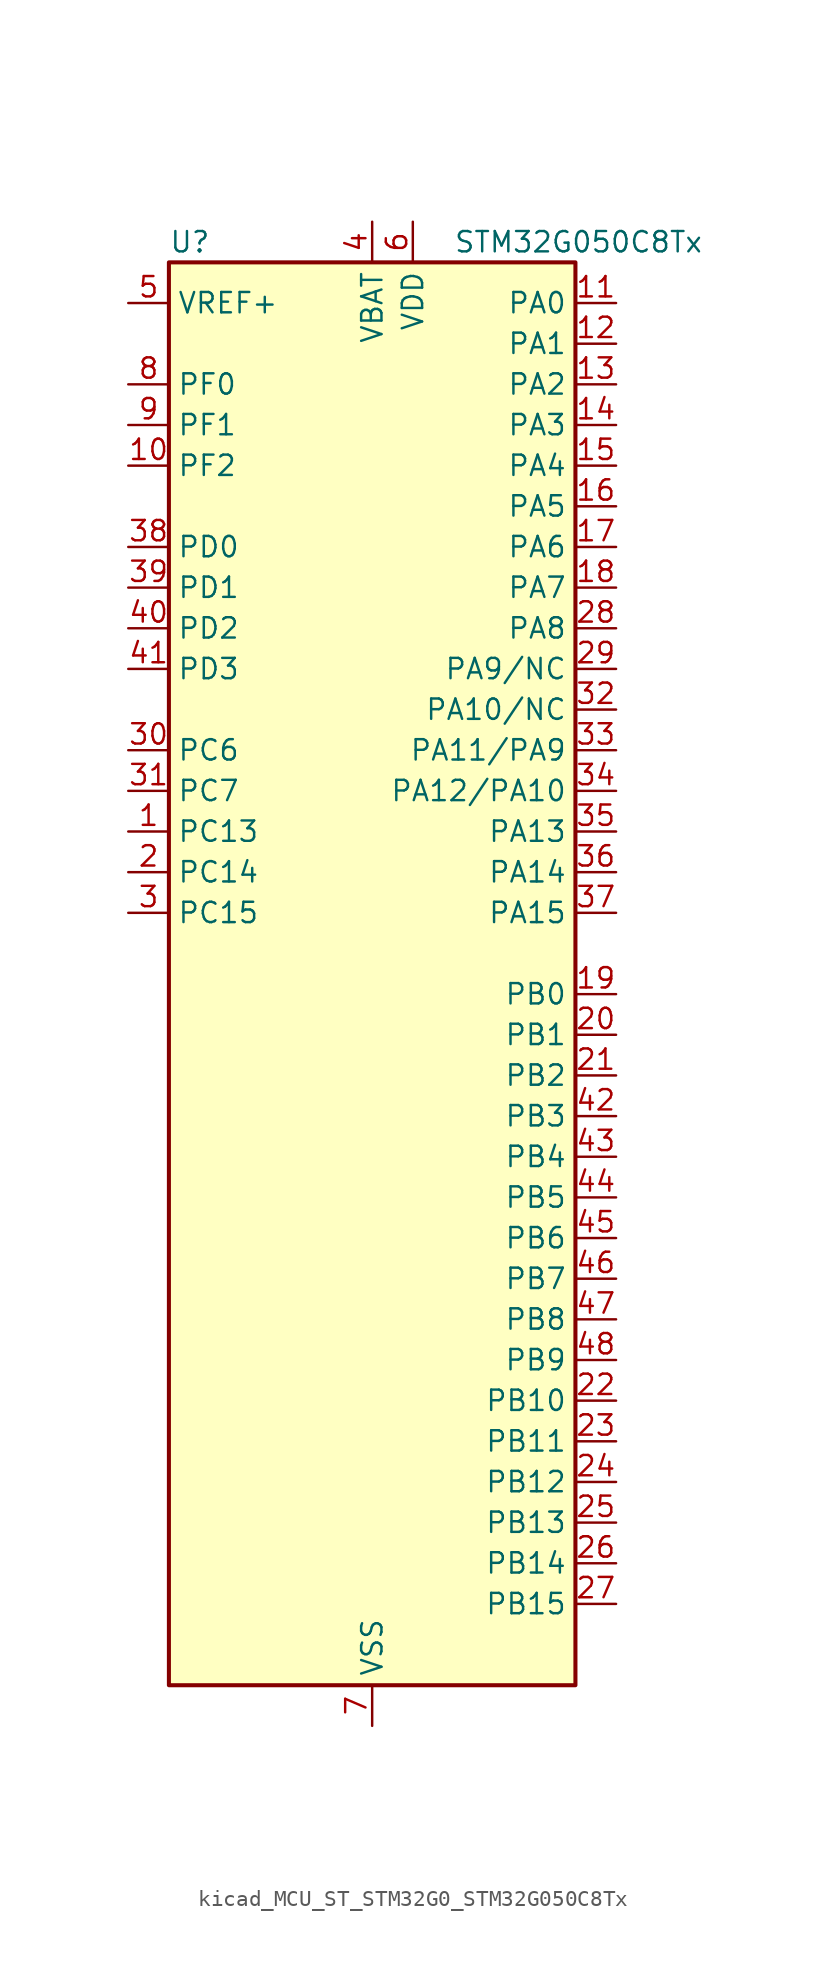
<source format=kicad_sym>
(kicad_symbol_lib
  (version 20220914)
  (generator kicad_symbol_editor)
  (symbol "kicad_MCU_ST_STM32G0_STM32G050C8Tx"
    (property "Reference" "U"
      (at -12.7 46.99 0)
      (effects (font (size 1.27 1.27)) (justify left)))
    (property "Value" "STM32G050C8Tx"
      (at 5.08 46.99 0)
      (effects (font (size 1.27 1.27)) (justify left)))
    (property "ki_locked" ""
      (at 0 0 0)
      (effects (font (size 1.27 1.27))))
    (symbol "kicad_MCU_ST_STM32G0_STM32G050C8Tx_0_1"
      (rectangle (start -12.7 -43.18) (end 12.7 45.72) (stroke (width 0.254) (type default)) (fill (type background))))
    (symbol "kicad_MCU_ST_STM32G0_STM32G050C8Tx_1_1"
      (pin bidirectional line (at -15.24 10.16 0) (length 2.54) (name "PC13" (effects (font (size 1.27 1.27)))) (number "1" (effects (font (size 1.27 1.27)))) (alternate "RTC_OUT1" bidirectional line) (alternate "RTC_TAMP_IN1" bidirectional line) (alternate "RTC_TS" bidirectional line) (alternate "SYS_WKUP2" bidirectional line) (alternate "TIM1_BK" bidirectional line))
      (pin bidirectional line (at -15.24 33.02 0) (length 2.54) (name "PF2" (effects (font (size 1.27 1.27)))) (number "10" (effects (font (size 1.27 1.27)))) (alternate "RCC_MCO" bidirectional line))
      (pin bidirectional line (at 15.24 43.18 180) (length 2.54) (name "PA0" (effects (font (size 1.27 1.27)))) (number "11" (effects (font (size 1.27 1.27)))) (alternate "ADC1_IN0" bidirectional line) (alternate "RTC_TAMP_IN2" bidirectional line) (alternate "SPI2_SCK" bidirectional line) (alternate "SYS_WKUP1" bidirectional line) (alternate "USART2_CTS" bidirectional line) (alternate "USART2_NSS" bidirectional line))
      (pin bidirectional line (at 15.24 40.64 180) (length 2.54) (name "PA1" (effects (font (size 1.27 1.27)))) (number "12" (effects (font (size 1.27 1.27)))) (alternate "ADC1_IN1" bidirectional line) (alternate "I2C1_SMBA" bidirectional line) (alternate "I2S1_CK" bidirectional line) (alternate "SPI1_SCK" bidirectional line) (alternate "TIM15_CH1N" bidirectional line) (alternate "USART2_CK" bidirectional line) (alternate "USART2_DE" bidirectional line) (alternate "USART2_RTS" bidirectional line))
      (pin bidirectional line (at 15.24 38.1 180) (length 2.54) (name "PA2" (effects (font (size 1.27 1.27)))) (number "13" (effects (font (size 1.27 1.27)))) (alternate "ADC1_IN2" bidirectional line) (alternate "I2S1_SD" bidirectional line) (alternate "RCC_LSCO" bidirectional line) (alternate "SPI1_MOSI" bidirectional line) (alternate "SYS_WKUP4" bidirectional line) (alternate "TIM15_CH1" bidirectional line) (alternate "USART2_TX" bidirectional line))
      (pin bidirectional line (at 15.24 35.56 180) (length 2.54) (name "PA3" (effects (font (size 1.27 1.27)))) (number "14" (effects (font (size 1.27 1.27)))) (alternate "ADC1_IN3" bidirectional line) (alternate "SPI2_MISO" bidirectional line) (alternate "TIM15_CH2" bidirectional line) (alternate "USART2_RX" bidirectional line))
      (pin bidirectional line (at 15.24 33.02 180) (length 2.54) (name "PA4" (effects (font (size 1.27 1.27)))) (number "15" (effects (font (size 1.27 1.27)))) (alternate "ADC1_IN4" bidirectional line) (alternate "I2S1_WS" bidirectional line) (alternate "RTC_OUT2" bidirectional line) (alternate "SPI1_NSS" bidirectional line) (alternate "SPI2_MOSI" bidirectional line) (alternate "TIM14_CH1" bidirectional line))
      (pin bidirectional line (at 15.24 30.48 180) (length 2.54) (name "PA5" (effects (font (size 1.27 1.27)))) (number "16" (effects (font (size 1.27 1.27)))) (alternate "ADC1_IN5" bidirectional line) (alternate "I2S1_CK" bidirectional line) (alternate "SPI1_SCK" bidirectional line))
      (pin bidirectional line (at 15.24 27.94 180) (length 2.54) (name "PA6" (effects (font (size 1.27 1.27)))) (number "17" (effects (font (size 1.27 1.27)))) (alternate "ADC1_IN6" bidirectional line) (alternate "I2S1_MCK" bidirectional line) (alternate "SPI1_MISO" bidirectional line) (alternate "TIM16_CH1" bidirectional line) (alternate "TIM1_BK" bidirectional line) (alternate "TIM3_CH1" bidirectional line))
      (pin bidirectional line (at 15.24 25.4 180) (length 2.54) (name "PA7" (effects (font (size 1.27 1.27)))) (number "18" (effects (font (size 1.27 1.27)))) (alternate "ADC1_IN7" bidirectional line) (alternate "I2S1_SD" bidirectional line) (alternate "SPI1_MOSI" bidirectional line) (alternate "TIM14_CH1" bidirectional line) (alternate "TIM17_CH1" bidirectional line) (alternate "TIM1_CH1N" bidirectional line) (alternate "TIM3_CH2" bidirectional line))
      (pin bidirectional line (at 15.24 0 180) (length 2.54) (name "PB0" (effects (font (size 1.27 1.27)))) (number "19" (effects (font (size 1.27 1.27)))) (alternate "ADC1_IN8" bidirectional line) (alternate "I2S1_WS" bidirectional line) (alternate "SPI1_NSS" bidirectional line) (alternate "TIM1_CH2N" bidirectional line) (alternate "TIM3_CH3" bidirectional line))
      (pin bidirectional line (at -15.24 7.62 0) (length 2.54) (name "PC14" (effects (font (size 1.27 1.27)))) (number "2" (effects (font (size 1.27 1.27)))) (alternate "RCC_OSC32_IN" bidirectional line) (alternate "TIM1_BK2" bidirectional line))
      (pin bidirectional line (at 15.24 -2.54 180) (length 2.54) (name "PB1" (effects (font (size 1.27 1.27)))) (number "20" (effects (font (size 1.27 1.27)))) (alternate "ADC1_IN9" bidirectional line) (alternate "TIM14_CH1" bidirectional line) (alternate "TIM1_CH3N" bidirectional line) (alternate "TIM3_CH4" bidirectional line))
      (pin bidirectional line (at 15.24 -5.08 180) (length 2.54) (name "PB2" (effects (font (size 1.27 1.27)))) (number "21" (effects (font (size 1.27 1.27)))) (alternate "ADC1_IN10" bidirectional line) (alternate "SPI2_MISO" bidirectional line))
      (pin bidirectional line (at 15.24 -25.4 180) (length 2.54) (name "PB10" (effects (font (size 1.27 1.27)))) (number "22" (effects (font (size 1.27 1.27)))) (alternate "ADC1_IN11" bidirectional line) (alternate "I2C2_SCL" bidirectional line) (alternate "SPI2_SCK" bidirectional line))
      (pin bidirectional line (at 15.24 -27.94 180) (length 2.54) (name "PB11" (effects (font (size 1.27 1.27)))) (number "23" (effects (font (size 1.27 1.27)))) (alternate "ADC1_EXTI11" bidirectional line) (alternate "ADC1_IN15" bidirectional line) (alternate "I2C2_SDA" bidirectional line) (alternate "SPI2_MOSI" bidirectional line))
      (pin bidirectional line (at 15.24 -30.48 180) (length 2.54) (name "PB12" (effects (font (size 1.27 1.27)))) (number "24" (effects (font (size 1.27 1.27)))) (alternate "ADC1_IN16" bidirectional line) (alternate "SPI2_NSS" bidirectional line) (alternate "TIM15_BK" bidirectional line) (alternate "TIM1_BK" bidirectional line))
      (pin bidirectional line (at 15.24 -33.02 180) (length 2.54) (name "PB13" (effects (font (size 1.27 1.27)))) (number "25" (effects (font (size 1.27 1.27)))) (alternate "I2C2_SCL" bidirectional line) (alternate "SPI2_SCK" bidirectional line) (alternate "TIM15_CH1N" bidirectional line) (alternate "TIM1_CH1N" bidirectional line))
      (pin bidirectional line (at 15.24 -35.56 180) (length 2.54) (name "PB14" (effects (font (size 1.27 1.27)))) (number "26" (effects (font (size 1.27 1.27)))) (alternate "I2C2_SDA" bidirectional line) (alternate "SPI2_MISO" bidirectional line) (alternate "TIM15_CH1" bidirectional line) (alternate "TIM1_CH2N" bidirectional line))
      (pin bidirectional line (at 15.24 -38.1 180) (length 2.54) (name "PB15" (effects (font (size 1.27 1.27)))) (number "27" (effects (font (size 1.27 1.27)))) (alternate "RTC_REFIN" bidirectional line) (alternate "SPI2_MOSI" bidirectional line) (alternate "TIM15_CH1N" bidirectional line) (alternate "TIM15_CH2" bidirectional line) (alternate "TIM1_CH3N" bidirectional line))
      (pin bidirectional line (at 15.24 22.86 180) (length 2.54) (name "PA8" (effects (font (size 1.27 1.27)))) (number "28" (effects (font (size 1.27 1.27)))) (alternate "RCC_MCO" bidirectional line) (alternate "SPI2_NSS" bidirectional line) (alternate "TIM1_CH1" bidirectional line))
      (pin bidirectional line (at 15.24 20.32 180) (length 2.54) (name "PA9/NC" (effects (font (size 1.27 1.27)))) (number "29" (effects (font (size 1.27 1.27)))) (alternate "I2C1_SCL" bidirectional line) (alternate "RCC_MCO" bidirectional line) (alternate "SPI2_MISO" bidirectional line) (alternate "TIM15_BK" bidirectional line) (alternate "TIM1_CH2" bidirectional line) (alternate "USART1_TX" bidirectional line))
      (pin bidirectional line (at -15.24 5.08 0) (length 2.54) (name "PC15" (effects (font (size 1.27 1.27)))) (number "3" (effects (font (size 1.27 1.27)))) (alternate "RCC_OSC32_EN" bidirectional line) (alternate "RCC_OSC32_OUT" bidirectional line) (alternate "RCC_OSC_EN" bidirectional line) (alternate "TIM15_BK" bidirectional line))
      (pin bidirectional line (at -15.24 15.24 0) (length 2.54) (name "PC6" (effects (font (size 1.27 1.27)))) (number "30" (effects (font (size 1.27 1.27)))) (alternate "TIM3_CH1" bidirectional line))
      (pin bidirectional line (at -15.24 12.7 0) (length 2.54) (name "PC7" (effects (font (size 1.27 1.27)))) (number "31" (effects (font (size 1.27 1.27)))) (alternate "TIM3_CH2" bidirectional line))
      (pin bidirectional line (at 15.24 17.78 180) (length 2.54) (name "PA10/NC" (effects (font (size 1.27 1.27)))) (number "32" (effects (font (size 1.27 1.27)))) (alternate "I2C1_SDA" bidirectional line) (alternate "SPI2_MOSI" bidirectional line) (alternate "TIM17_BK" bidirectional line) (alternate "TIM1_CH3" bidirectional line) (alternate "USART1_RX" bidirectional line))
      (pin bidirectional line (at 15.24 15.24 180) (length 2.54) (name "PA11/PA9" (effects (font (size 1.27 1.27)))) (number "33" (effects (font (size 1.27 1.27)))) (alternate "ADC1_EXTI11" bidirectional line) (alternate "I2C2_SCL" bidirectional line) (alternate "I2S1_MCK" bidirectional line) (alternate "SPI1_MISO" bidirectional line) (alternate "TIM1_BK2" bidirectional line) (alternate "TIM1_CH4" bidirectional line) (alternate "USART1_CTS" bidirectional line) (alternate "USART1_NSS" bidirectional line))
      (pin bidirectional line (at 15.24 12.7 180) (length 2.54) (name "PA12/PA10" (effects (font (size 1.27 1.27)))) (number "34" (effects (font (size 1.27 1.27)))) (alternate "I2C2_SDA" bidirectional line) (alternate "I2S1_SD" bidirectional line) (alternate "I2S_CKIN" bidirectional line) (alternate "SPI1_MOSI" bidirectional line) (alternate "TIM1_ETR" bidirectional line) (alternate "USART1_CK" bidirectional line) (alternate "USART1_DE" bidirectional line) (alternate "USART1_RTS" bidirectional line))
      (pin bidirectional line (at 15.24 10.16 180) (length 2.54) (name "PA13" (effects (font (size 1.27 1.27)))) (number "35" (effects (font (size 1.27 1.27)))) (alternate "ADC1_IN17" bidirectional line) (alternate "IR_OUT" bidirectional line) (alternate "SYS_SWDIO" bidirectional line))
      (pin bidirectional line (at 15.24 7.62 180) (length 2.54) (name "PA14" (effects (font (size 1.27 1.27)))) (number "36" (effects (font (size 1.27 1.27)))) (alternate "ADC1_IN18" bidirectional line) (alternate "SYS_SWCLK" bidirectional line) (alternate "USART2_TX" bidirectional line))
      (pin bidirectional line (at 15.24 5.08 180) (length 2.54) (name "PA15" (effects (font (size 1.27 1.27)))) (number "37" (effects (font (size 1.27 1.27)))) (alternate "I2S1_WS" bidirectional line) (alternate "SPI1_NSS" bidirectional line) (alternate "USART2_RX" bidirectional line))
      (pin bidirectional line (at -15.24 27.94 0) (length 2.54) (name "PD0" (effects (font (size 1.27 1.27)))) (number "38" (effects (font (size 1.27 1.27)))) (alternate "SPI2_NSS" bidirectional line) (alternate "TIM16_CH1" bidirectional line))
      (pin bidirectional line (at -15.24 25.4 0) (length 2.54) (name "PD1" (effects (font (size 1.27 1.27)))) (number "39" (effects (font (size 1.27 1.27)))) (alternate "SPI2_SCK" bidirectional line) (alternate "TIM17_CH1" bidirectional line))
      (pin power_in line (at 0 48.26 270) (length 2.54) (name "VBAT" (effects (font (size 1.27 1.27)))) (number "4" (effects (font (size 1.27 1.27)))))
      (pin bidirectional line (at -15.24 22.86 0) (length 2.54) (name "PD2" (effects (font (size 1.27 1.27)))) (number "40" (effects (font (size 1.27 1.27)))) (alternate "TIM1_CH1N" bidirectional line) (alternate "TIM3_ETR" bidirectional line))
      (pin bidirectional line (at -15.24 20.32 0) (length 2.54) (name "PD3" (effects (font (size 1.27 1.27)))) (number "41" (effects (font (size 1.27 1.27)))) (alternate "SPI2_MISO" bidirectional line) (alternate "TIM1_CH2N" bidirectional line) (alternate "USART2_CTS" bidirectional line) (alternate "USART2_NSS" bidirectional line))
      (pin bidirectional line (at 15.24 -7.62 180) (length 2.54) (name "PB3" (effects (font (size 1.27 1.27)))) (number "42" (effects (font (size 1.27 1.27)))) (alternate "I2S1_CK" bidirectional line) (alternate "SPI1_SCK" bidirectional line) (alternate "TIM1_CH2" bidirectional line) (alternate "USART1_CK" bidirectional line) (alternate "USART1_DE" bidirectional line) (alternate "USART1_RTS" bidirectional line))
      (pin bidirectional line (at 15.24 -10.16 180) (length 2.54) (name "PB4" (effects (font (size 1.27 1.27)))) (number "43" (effects (font (size 1.27 1.27)))) (alternate "I2S1_MCK" bidirectional line) (alternate "SPI1_MISO" bidirectional line) (alternate "TIM17_BK" bidirectional line) (alternate "TIM3_CH1" bidirectional line) (alternate "USART1_CTS" bidirectional line) (alternate "USART1_NSS" bidirectional line))
      (pin bidirectional line (at 15.24 -12.7 180) (length 2.54) (name "PB5" (effects (font (size 1.27 1.27)))) (number "44" (effects (font (size 1.27 1.27)))) (alternate "I2C1_SMBA" bidirectional line) (alternate "I2S1_SD" bidirectional line) (alternate "SPI1_MOSI" bidirectional line) (alternate "SYS_WKUP6" bidirectional line) (alternate "TIM16_BK" bidirectional line) (alternate "TIM3_CH2" bidirectional line))
      (pin bidirectional line (at 15.24 -15.24 180) (length 2.54) (name "PB6" (effects (font (size 1.27 1.27)))) (number "45" (effects (font (size 1.27 1.27)))) (alternate "I2C1_SCL" bidirectional line) (alternate "SPI2_MISO" bidirectional line) (alternate "TIM16_CH1N" bidirectional line) (alternate "TIM1_CH3" bidirectional line) (alternate "USART1_TX" bidirectional line))
      (pin bidirectional line (at 15.24 -17.78 180) (length 2.54) (name "PB7" (effects (font (size 1.27 1.27)))) (number "46" (effects (font (size 1.27 1.27)))) (alternate "I2C1_SDA" bidirectional line) (alternate "SPI2_MOSI" bidirectional line) (alternate "SYS_PVD_IN" bidirectional line) (alternate "TIM17_CH1N" bidirectional line) (alternate "USART1_RX" bidirectional line))
      (pin bidirectional line (at 15.24 -20.32 180) (length 2.54) (name "PB8" (effects (font (size 1.27 1.27)))) (number "47" (effects (font (size 1.27 1.27)))) (alternate "I2C1_SCL" bidirectional line) (alternate "SPI2_SCK" bidirectional line) (alternate "TIM15_BK" bidirectional line) (alternate "TIM16_CH1" bidirectional line))
      (pin bidirectional line (at 15.24 -22.86 180) (length 2.54) (name "PB9" (effects (font (size 1.27 1.27)))) (number "48" (effects (font (size 1.27 1.27)))) (alternate "I2C1_SDA" bidirectional line) (alternate "IR_OUT" bidirectional line) (alternate "SPI2_NSS" bidirectional line) (alternate "TIM17_CH1" bidirectional line))
      (pin input line (at -15.24 43.18 0) (length 2.54) (name "VREF+" (effects (font (size 1.27 1.27)))) (number "5" (effects (font (size 1.27 1.27)))) (alternate "VREFBUF_OUT" bidirectional line))
      (pin power_in line (at 2.54 48.26 270) (length 2.54) (name "VDD" (effects (font (size 1.27 1.27)))) (number "6" (effects (font (size 1.27 1.27)))))
      (pin power_in line (at 0 -45.72 90) (length 2.54) (name "VSS" (effects (font (size 1.27 1.27)))) (number "7" (effects (font (size 1.27 1.27)))))
      (pin bidirectional line (at -15.24 38.1 0) (length 2.54) (name "PF0" (effects (font (size 1.27 1.27)))) (number "8" (effects (font (size 1.27 1.27)))) (alternate "RCC_OSC_IN" bidirectional line) (alternate "TIM14_CH1" bidirectional line))
      (pin bidirectional line (at -15.24 35.56 0) (length 2.54) (name "PF1" (effects (font (size 1.27 1.27)))) (number "9" (effects (font (size 1.27 1.27)))) (alternate "RCC_OSC_EN" bidirectional line) (alternate "RCC_OSC_OUT" bidirectional line) (alternate "TIM15_CH1N" bidirectional line)))))
</source>
